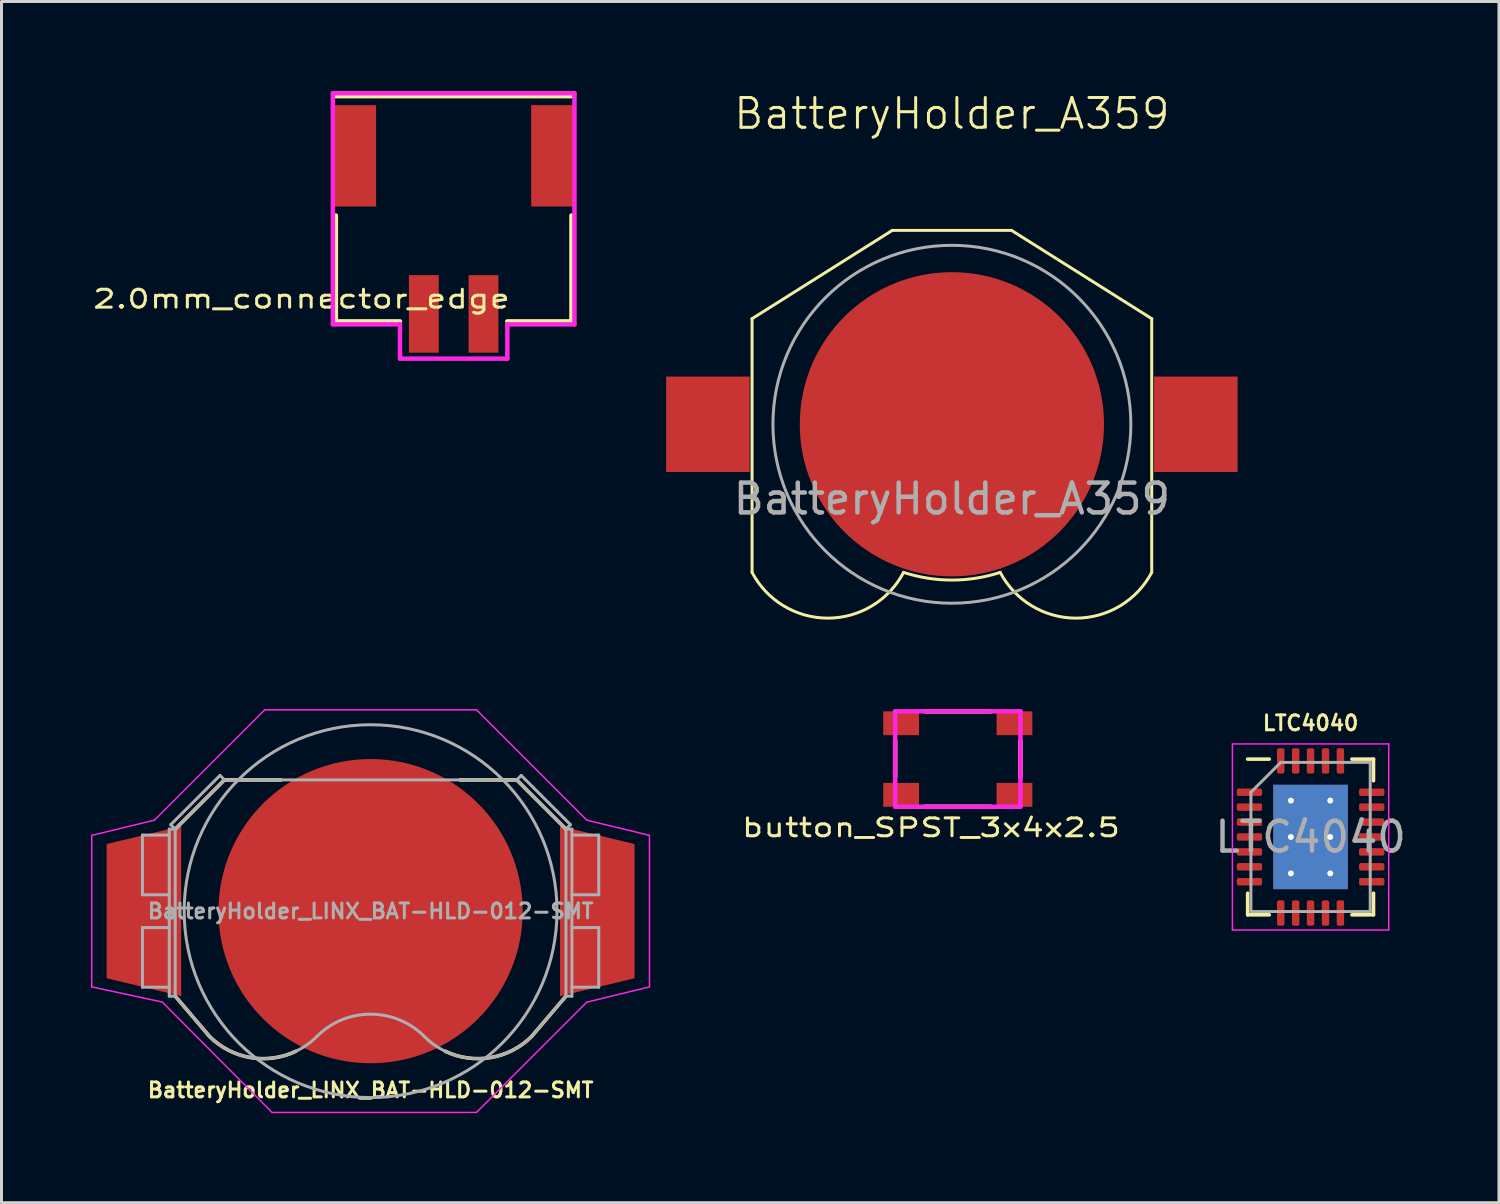
<source format=kicad_pcb>
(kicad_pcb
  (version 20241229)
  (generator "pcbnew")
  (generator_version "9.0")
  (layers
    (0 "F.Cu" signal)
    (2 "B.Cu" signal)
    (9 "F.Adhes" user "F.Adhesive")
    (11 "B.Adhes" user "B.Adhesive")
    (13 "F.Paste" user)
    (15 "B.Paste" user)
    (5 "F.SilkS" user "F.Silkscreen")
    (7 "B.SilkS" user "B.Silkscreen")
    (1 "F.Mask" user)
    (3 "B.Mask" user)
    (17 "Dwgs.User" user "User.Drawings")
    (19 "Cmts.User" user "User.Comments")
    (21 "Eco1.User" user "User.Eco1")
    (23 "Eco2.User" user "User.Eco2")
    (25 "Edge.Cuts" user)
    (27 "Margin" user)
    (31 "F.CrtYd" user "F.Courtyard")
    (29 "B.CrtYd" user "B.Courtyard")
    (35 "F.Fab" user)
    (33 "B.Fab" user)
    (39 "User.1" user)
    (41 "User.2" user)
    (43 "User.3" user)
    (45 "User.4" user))
  (footprint "BatteryHolder_A359"
    (layer "F.Cu")
    (at 28.865 11.175)
    (property "Reference" "BatteryHolder_A359" (at 0 -10.414 0) (unlocked yes) (layer "F.SilkS") (effects (font (size 1 1) (thickness 0.1))))
    (attr smd)
    (fp_line (start -6.7 -3.54) (end -6.7 4.966) (stroke (width 0.1) (type default)) (layer "F.SilkS"))
    (fp_line (start -2 -6.5) (end -6.7 -3.54) (stroke (width 0.1) (type default)) (layer "F.SilkS"))
    (fp_line (start -2 -6.5) (end 2 -6.5) (stroke (width 0.1) (type default)) (layer "F.SilkS"))
    (fp_line (start 2 -6.5) (end 6.7 -3.54) (stroke (width 0.1) (type default)) (layer "F.SilkS"))
    (fp_line (start 6.7 -3.54) (end 6.7 4.966) (stroke (width 0.1) (type default)) (layer "F.SilkS"))
    (fp_arc (start -1.620001 4.966151) (mid -4.160001 6.499888) (end -6.7 4.96615) (stroke (width 0.1) (type default)) (layer "F.SilkS"))
    (fp_arc (start 1.62 4.966151) (mid 0 5.223458) (end -1.62 4.966151) (stroke (width 0.1) (type default)) (layer "F.SilkS"))
    (fp_arc (start 6.7 4.96615) (mid 4.160001 6.499888) (end 1.620001 4.966151) (stroke (width 0.1) (type default)) (layer "F.SilkS"))
    (fp_circle (center 0 0) (end 6 0) (stroke (width 0.1) (type default)) (fill no) (layer "F.Fab"))
    (fp_text user "${REFERENCE}" (at 0 2.5 0) (unlocked yes) (layer "F.Fab") (effects (font (size 1 1) (thickness 0.15))))
    (pad "1" smd rect (at -8.18 0) (size 2.8 3.2) (layers "F.Cu" "F.Mask"))
    (pad "1" smd rect (at 8.18 0) (size 2.8 3.2) (layers "F.Cu" "F.Mask"))
    (pad "2" smd circle (at 0 0) (size 10.2 10.2) (layers "F.Cu" "F.Mask")))
  (footprint "BatteryHolder_LINX_BAT-HLD-012-SMT"
    (layer "F.Cu")
    (at 9.375 27.499)
    (property "Reference" "BatteryHolder_LINX_BAT-HLD-012-SMT" (at 0 6 0) (layer "F.SilkS") (effects (font (size 0.5 0.5) (thickness 0.1))))
    (attr smd)
    (fp_line (start -6.55 -2.75) (end -4.9 -4.4) (stroke (width 0.12) (type solid)) (layer "F.SilkS"))
    (fp_line (start -6.55 2.85) (end -5.4 4.2) (stroke (width 0.12) (type solid)) (layer "F.SilkS"))
    (fp_line (start -4.9 -4.4) (end -3 -4.4) (stroke (width 0.12) (type solid)) (layer "F.SilkS"))
    (fp_line (start 4.9 -4.4) (end 3 -4.4) (stroke (width 0.12) (type solid)) (layer "F.SilkS"))
    (fp_line (start 4.9 -4.4) (end 6.55 -2.75) (stroke (width 0.12) (type solid)) (layer "F.SilkS"))
    (fp_line (start 6.55 2.85) (end 5.4 4.2) (stroke (width 0.12) (type solid)) (layer "F.SilkS"))
    (fp_arc (start -2.504098 4.697607) (mid -4.031094 4.908816) (end -5.4 4.2) (stroke (width 0.12) (type solid)) (layer "F.SilkS"))
    (fp_arc (start 5.4 4.2) (mid 4.029781 4.909041) (end 2.501694 4.696459) (stroke (width 0.12) (type solid)) (layer "F.SilkS"))
    (fp_line (start -9.35 -2.54) (end -7.25 -3.05) (stroke (width 0.05) (type solid)) (layer "F.CrtYd"))
    (fp_line (start -9.35 2.54) (end -9.35 -2.54) (stroke (width 0.05) (type solid)) (layer "F.CrtYd"))
    (fp_line (start -9.35 2.54) (end -6.985 3.048) (stroke (width 0.05) (type solid)) (layer "F.CrtYd"))
    (fp_line (start -7.25 -3.05) (end -3.55 -6.75) (stroke (width 0.05) (type solid)) (layer "F.CrtYd"))
    (fp_line (start -3.55 -6.75) (end 3.55 -6.75) (stroke (width 0.05) (type solid)) (layer "F.CrtYd"))
    (fp_line (start -3.302 6.75) (end -6.985 3.048) (stroke (width 0.05) (type solid)) (layer "F.CrtYd"))
    (fp_line (start -3.302 6.75) (end 3.55 6.75) (stroke (width 0.05) (type solid)) (layer "F.CrtYd"))
    (fp_line (start 3.55 -6.75) (end 7.25 -3.05) (stroke (width 0.05) (type solid)) (layer "F.CrtYd"))
    (fp_line (start 3.55 6.75) (end 7.25 3.05) (stroke (width 0.05) (type solid)) (layer "F.CrtYd"))
    (fp_line (start 7.25 -3.05) (end 9.35 -2.54) (stroke (width 0.05) (type solid)) (layer "F.CrtYd"))
    (fp_line (start 9.35 -2.54) (end 9.35 2.54) (stroke (width 0.05) (type solid)) (layer "F.CrtYd"))
    (fp_line (start 9.35 2.54) (end 7.25 3.05) (stroke (width 0.05) (type solid)) (layer "F.CrtYd"))
    (fp_line (start -7.65 -2.55) (end -7.65 -0.55) (stroke (width 0.1) (type solid)) (layer "F.Fab"))
    (fp_line (start -7.65 -2.55) (end -6.75 -2.55) (stroke (width 0.1) (type solid)) (layer "F.Fab"))
    (fp_line (start -7.65 -0.55) (end -6.75 -0.55) (stroke (width 0.1) (type solid)) (layer "F.Fab"))
    (fp_line (start -7.65 0.55) (end -7.65 2.55) (stroke (width 0.1) (type solid)) (layer "F.Fab"))
    (fp_line (start -7.65 2.55) (end -6.75 2.55) (stroke (width 0.1) (type solid)) (layer "F.Fab"))
    (fp_line (start -6.75 -2.75) (end -6.55 -2.75) (stroke (width 0.1) (type solid)) (layer "F.Fab"))
    (fp_line (start -6.75 0.55) (end -7.65 0.55) (stroke (width 0.1) (type solid)) (layer "F.Fab"))
    (fp_line (start -6.75 2.85) (end -6.75 -2.75) (stroke (width 0.1) (type solid)) (layer "F.Fab"))
    (fp_line (start -6.75 2.85) (end -6.55 2.85) (stroke (width 0.1) (type solid)) (layer "F.Fab"))
    (fp_line (start -6.7 -2.9) (end -5.05 -4.55) (stroke (width 0.1) (type solid)) (layer "F.Fab"))
    (fp_line (start -6.55 -2.75) (end -6.7 -2.9) (stroke (width 0.1) (type solid)) (layer "F.Fab"))
    (fp_line (start -6.55 -2.75) (end -4.9 -4.4) (stroke (width 0.1) (type solid)) (layer "F.Fab"))
    (fp_line (start -6.55 2.85) (end -6.55 -2.75) (stroke (width 0.1) (type solid)) (layer "F.Fab"))
    (fp_line (start -6.55 2.85) (end -5.4 4.2) (stroke (width 0.1) (type solid)) (layer "F.Fab"))
    (fp_line (start -5.05 -4.55) (end -4.9 -4.4) (stroke (width 0.1) (type solid)) (layer "F.Fab"))
    (fp_line (start 4.9 -4.4) (end -4.9 -4.4) (stroke (width 0.1) (type solid)) (layer "F.Fab"))
    (fp_line (start 5.05 -4.55) (end 4.9 -4.4) (stroke (width 0.1) (type solid)) (layer "F.Fab"))
    (fp_line (start 6.55 -2.75) (end 4.9 -4.4) (stroke (width 0.1) (type solid)) (layer "F.Fab"))
    (fp_line (start 6.55 -2.75) (end 6.7 -2.9) (stroke (width 0.1) (type solid)) (layer "F.Fab"))
    (fp_line (start 6.55 -2.75) (end 6.75 -2.75) (stroke (width 0.1) (type solid)) (layer "F.Fab"))
    (fp_line (start 6.55 2.85) (end 5.4 4.2) (stroke (width 0.1) (type solid)) (layer "F.Fab"))
    (fp_line (start 6.55 2.85) (end 6.55 -2.75) (stroke (width 0.1) (type solid)) (layer "F.Fab"))
    (fp_line (start 6.7 -2.9) (end 5.05 -4.55) (stroke (width 0.1) (type solid)) (layer "F.Fab"))
    (fp_line (start 6.75 -0.55) (end 7.65 -0.55) (stroke (width 0.1) (type solid)) (layer "F.Fab"))
    (fp_line (start 6.75 2.55) (end 7.65 2.55) (stroke (width 0.1) (type solid)) (layer "F.Fab"))
    (fp_line (start 6.75 2.85) (end 6.55 2.85) (stroke (width 0.1) (type solid)) (layer "F.Fab"))
    (fp_line (start 6.75 2.85) (end 6.75 -2.75) (stroke (width 0.1) (type solid)) (layer "F.Fab"))
    (fp_line (start 7.65 -2.55) (end 6.75 -2.55) (stroke (width 0.1) (type solid)) (layer "F.Fab"))
    (fp_line (start 7.65 -0.55) (end 7.65 -2.55) (stroke (width 0.1) (type solid)) (layer "F.Fab"))
    (fp_line (start 7.65 0.55) (end 6.75 0.55) (stroke (width 0.1) (type solid)) (layer "F.Fab"))
    (fp_line (start 7.65 2.55) (end 7.65 0.55) (stroke (width 0.1) (type solid)) (layer "F.Fab"))
    (fp_arc (start -1.8 4.2) (mid -3.6 4.945584) (end -5.4 4.2) (stroke (width 0.1) (type solid)) (layer "F.Fab"))
    (fp_arc (start -1.8 4.2) (mid 0 3.454416) (end 1.8 4.2) (stroke (width 0.1) (type solid)) (layer "F.Fab"))
    (fp_arc (start 5.4 4.2) (mid 3.6 4.945584) (end 1.8 4.2) (stroke (width 0.1) (type solid)) (layer "F.Fab"))
    (fp_circle (center 0 0) (end -6.25 0) (stroke (width 0.1) (type solid)) (fill no) (layer "F.Fab"))
    (fp_text user "${REFERENCE}" (at 0 0 0) (layer "F.Fab") (effects (font (size 0.5 0.5) (thickness 0.1))))
    (pad "1" smd trapezoid (at -7.6 0) (size 2.5 5.1) (rect_delta -0.6 0) (layers "F.Cu" "F.Mask" "F.Paste"))
    (pad "1" smd trapezoid (at 7.6 0) (size 2.5 5.1) (rect_delta 0.6 0) (layers "F.Cu" "F.Mask" "F.Paste"))
    (pad "2" smd circle (at 0 0) (size 10.2 10.2) (layers "F.Cu" "F.Mask")))
  (footprint "button_SPST_3x4x2.5"
    (layer "F.Cu")
    (at 29.063 22.399)
    (property "Reference" "button_SPST_3x4x2.5" (at -0.9 2.3 180) (layer "F.SilkS") (effects (font (size 0.6 0.8) (thickness 0.1))))
    (attr through_hole)
    (fp_line (start -2.1 0.6) (end -2.1 -0.6) (stroke (width 0.15) (type solid)) (layer "F.SilkS"))
    (fp_line (start -1.1 -1.6) (end 1.1 -1.6) (stroke (width 0.15) (type solid)) (layer "F.SilkS"))
    (fp_line (start 1.1 1.6) (end -1.1 1.6) (stroke (width 0.15) (type solid)) (layer "F.SilkS"))
    (fp_line (start 2.1 -0.6) (end 2.1 0.6) (stroke (width 0.15) (type solid)) (layer "F.SilkS"))
    (fp_line (start -2.1 -1.6) (end 2.1 -1.6) (stroke (width 0.15) (type solid)) (layer "F.CrtYd"))
    (fp_line (start -2.1 1.6) (end -2.1 -1.6) (stroke (width 0.15) (type solid)) (layer "F.CrtYd"))
    (fp_line (start 2.1 -1.6) (end 2.1 1.6) (stroke (width 0.15) (type solid)) (layer "F.CrtYd"))
    (fp_line (start 2.1 1.6) (end -2.1 1.6) (stroke (width 0.15) (type solid)) (layer "F.CrtYd"))
    (pad "1" smd rect (at 1.9 -1.2) (size 1.2 0.8) (layers "F.Cu" "F.Mask" "F.Paste"))
    (pad "2" smd rect (at -1.9 -1.2) (size 1.2 0.8) (layers "F.Cu" "F.Mask" "F.Paste"))
    (pad "3" smd rect (at -1.9 1.2) (size 1.2 0.8) (layers "F.Cu" "F.Mask" "F.Paste"))
    (pad "4" smd rect (at 1.9 1.2) (size 1.2 0.8) (layers "F.Cu" "F.Mask" "F.Paste")))
  (footprint "LTC4040"
    (layer "F.Cu")
    (at 40.891 25.012)
    (property "Reference" "LTC4040" (at 0 -3.82 0) (layer "F.SilkS") (effects (font (size 0.5 0.5) (thickness 0.1))))
    (attr smd)
    (fp_line (start -2.11 2.61) (end -2.11 1.885) (stroke (width 0.12) (type solid)) (layer "F.SilkS"))
    (fp_line (start -1.385 -2.61) (end -2.11 -2.61) (stroke (width 0.12) (type solid)) (layer "F.SilkS"))
    (fp_line (start -1.385 2.61) (end -2.11 2.61) (stroke (width 0.12) (type solid)) (layer "F.SilkS"))
    (fp_line (start 1.385 -2.61) (end 2.11 -2.61) (stroke (width 0.12) (type solid)) (layer "F.SilkS"))
    (fp_line (start 1.385 2.61) (end 2.11 2.61) (stroke (width 0.12) (type solid)) (layer "F.SilkS"))
    (fp_line (start 2.11 -2.61) (end 2.11 -1.885) (stroke (width 0.12) (type solid)) (layer "F.SilkS"))
    (fp_line (start 2.11 2.61) (end 2.11 1.885) (stroke (width 0.12) (type solid)) (layer "F.SilkS"))
    (fp_line (start -2.62 -3.12) (end -2.62 3.12) (stroke (width 0.05) (type solid)) (layer "F.CrtYd"))
    (fp_line (start -2.62 3.12) (end 2.62 3.12) (stroke (width 0.05) (type solid)) (layer "F.CrtYd"))
    (fp_line (start 2.62 -3.12) (end -2.62 -3.12) (stroke (width 0.05) (type solid)) (layer "F.CrtYd"))
    (fp_line (start 2.62 3.12) (end 2.62 -3.12) (stroke (width 0.05) (type solid)) (layer "F.CrtYd"))
    (fp_line (start -2 -1.5) (end -1 -2.5) (stroke (width 0.1) (type solid)) (layer "F.Fab"))
    (fp_line (start -2 2.5) (end -2 -1.5) (stroke (width 0.1) (type solid)) (layer "F.Fab"))
    (fp_line (start -1 -2.5) (end 2 -2.5) (stroke (width 0.1) (type solid)) (layer "F.Fab"))
    (fp_line (start 2 -2.5) (end 2 2.5) (stroke (width 0.1) (type solid)) (layer "F.Fab"))
    (fp_line (start 2 2.5) (end -2 2.5) (stroke (width 0.1) (type solid)) (layer "F.Fab"))
    (fp_text user "${REFERENCE}" (at 0 0 0) (layer "F.Fab") (effects (font (size 1 1) (thickness 0.15))))
    (pad "" smd roundrect (at -0.66 -1.22) (size 1.1 1) (layers "F.Paste") (roundrect_rratio 0.238))
    (pad "" smd roundrect (at -0.66 0) (size 1.1 1) (layers "F.Paste") (roundrect_rratio 0.238))
    (pad "" smd roundrect (at -0.66 1.22) (size 1.1 1) (layers "F.Paste") (roundrect_rratio 0.238))
    (pad "" smd roundrect (at 0.66 -1.22) (size 1.1 1) (layers "F.Paste") (roundrect_rratio 0.238))
    (pad "" smd roundrect (at 0.66 0) (size 1.1 1) (layers "F.Paste") (roundrect_rratio 0.238))
    (pad "" smd roundrect (at 0.66 1.22) (size 1.1 1) (layers "F.Paste") (roundrect_rratio 0.238))
    (pad "1" smd roundrect (at -2.05 -1.5) (size 0.85 0.25) (layers "F.Cu" "F.Mask" "F.Paste") (roundrect_rratio 0.25))
    (pad "2" smd roundrect (at -2.05 -1) (size 0.85 0.25) (layers "F.Cu" "F.Mask" "F.Paste") (roundrect_rratio 0.25))
    (pad "3" smd roundrect (at -2.05 -0.5) (size 0.85 0.25) (layers "F.Cu" "F.Mask" "F.Paste") (roundrect_rratio 0.25))
    (pad "4" smd roundrect (at -2.05 0) (size 0.85 0.25) (layers "F.Cu" "F.Mask" "F.Paste") (roundrect_rratio 0.25))
    (pad "5" smd roundrect (at -2.05 0.5) (size 0.85 0.25) (layers "F.Cu" "F.Mask" "F.Paste") (roundrect_rratio 0.25))
    (pad "6" smd roundrect (at -2.05 1) (size 0.85 0.25) (layers "F.Cu" "F.Mask" "F.Paste") (roundrect_rratio 0.25))
    (pad "7" smd roundrect (at -2.05 1.5) (size 0.85 0.25) (layers "F.Cu" "F.Mask" "F.Paste") (roundrect_rratio 0.25))
    (pad "8" smd roundrect (at -1 2.55) (size 0.25 0.85) (layers "F.Cu" "F.Mask" "F.Paste") (roundrect_rratio 0.25))
    (pad "9" smd roundrect (at -0.5 2.55) (size 0.25 0.85) (layers "F.Cu" "F.Mask" "F.Paste") (roundrect_rratio 0.25))
    (pad "10" smd roundrect (at 0 2.55) (size 0.25 0.85) (layers "F.Cu" "F.Mask" "F.Paste") (roundrect_rratio 0.25))
    (pad "11" smd roundrect (at 0.5 2.55) (size 0.25 0.85) (layers "F.Cu" "F.Mask" "F.Paste") (roundrect_rratio 0.25))
    (pad "12" smd roundrect (at 1 2.55) (size 0.25 0.85) (layers "F.Cu" "F.Mask" "F.Paste") (roundrect_rratio 0.25))
    (pad "13" smd roundrect (at 2.05 1.5) (size 0.85 0.25) (layers "F.Cu" "F.Mask" "F.Paste") (roundrect_rratio 0.25))
    (pad "14" smd roundrect (at 2.05 1) (size 0.85 0.25) (layers "F.Cu" "F.Mask" "F.Paste") (roundrect_rratio 0.25))
    (pad "15" smd roundrect (at 2.05 0.5) (size 0.85 0.25) (layers "F.Cu" "F.Mask" "F.Paste") (roundrect_rratio 0.25))
    (pad "16" smd roundrect (at 2.05 0) (size 0.85 0.25) (layers "F.Cu" "F.Mask" "F.Paste") (roundrect_rratio 0.25))
    (pad "17" smd roundrect (at 2.05 -0.5) (size 0.85 0.25) (layers "F.Cu" "F.Mask" "F.Paste") (roundrect_rratio 0.25))
    (pad "18" smd roundrect (at 2.05 -1) (size 0.85 0.25) (layers "F.Cu" "F.Mask" "F.Paste") (roundrect_rratio 0.25))
    (pad "19" smd roundrect (at 2.05 -1.5) (size 0.85 0.25) (layers "F.Cu" "F.Mask" "F.Paste") (roundrect_rratio 0.25))
    (pad "20" smd roundrect (at 1 -2.55) (size 0.25 0.85) (layers "F.Cu" "F.Mask" "F.Paste") (roundrect_rratio 0.25))
    (pad "21" smd roundrect (at 0.5 -2.55) (size 0.25 0.85) (layers "F.Cu" "F.Mask" "F.Paste") (roundrect_rratio 0.25))
    (pad "22" smd roundrect (at 0 -2.55) (size 0.25 0.85) (layers "F.Cu" "F.Mask" "F.Paste") (roundrect_rratio 0.25))
    (pad "23" smd roundrect (at -0.5 -2.55) (size 0.25 0.85) (layers "F.Cu" "F.Mask" "F.Paste") (roundrect_rratio 0.25))
    (pad "24" smd roundrect (at -1 -2.55) (size 0.25 0.85) (layers "F.Cu" "F.Mask" "F.Paste") (roundrect_rratio 0.25))
    (pad "25" thru_hole circle (at -0.66 -1.22) (size 0.5 0.5) (drill 0.2) (layers "*.Cu"))
    (pad "25" thru_hole circle (at -0.66 0) (size 0.5 0.5) (drill 0.2) (layers "*.Cu"))
    (pad "25" thru_hole circle (at -0.66 1.22) (size 0.5 0.5) (drill 0.2) (layers "*.Cu"))
    (pad "25" smd rect (at 0 0) (size 2.5 3.5) (layers "F.Cu" "F.Mask"))
    (pad "25" smd rect (at 0 0) (size 2.5 3.5) (layers "B.Cu"))
    (pad "25" thru_hole circle (at 0.66 -1.22) (size 0.5 0.5) (drill 0.2) (layers "*.Cu"))
    (pad "25" thru_hole circle (at 0.66 0) (size 0.5 0.5) (drill 0.2) (layers "*.Cu"))
    (pad "25" thru_hole circle (at 0.66 1.22) (size 0.5 0.5) (drill 0.2) (layers "*.Cu")))
  (footprint "2.0mm_connector_edge"
    (layer "F.Cu")
    (at 12.16 6.175)
    (property "Reference" "2.0mm_connector_edge" (at -5.1 0.8 0) (layer "F.SilkS") (effects (font (size 0.6 0.8) (thickness 0.1))))
    (attr through_hole)
    (fp_line (start -3.95 -6) (end 3.95 -6) (stroke (width 0.15) (type solid)) (layer "F.SilkS"))
    (fp_line (start -3.95 1.55) (end -3.95 -2) (stroke (width 0.15) (type solid)) (layer "F.SilkS"))
    (fp_line (start -3.95 1.55) (end -1.8 1.55) (stroke (width 0.15) (type solid)) (layer "F.SilkS"))
    (fp_line (start 1.8 1.55) (end 3.95 1.55) (stroke (width 0.15) (type solid)) (layer "F.SilkS"))
    (fp_line (start 3.95 -2) (end 3.95 1.55) (stroke (width 0.15) (type solid)) (layer "F.SilkS"))
    (fp_line (start -4.05 -6.1) (end 4.05 -6.1) (stroke (width 0.15) (type solid)) (layer "F.CrtYd"))
    (fp_line (start -4.05 1.65) (end -4.05 -6.1) (stroke (width 0.15) (type solid)) (layer "F.CrtYd"))
    (fp_line (start -4.05 1.65) (end -1.8 1.65) (stroke (width 0.15) (type solid)) (layer "F.CrtYd"))
    (fp_line (start -1.8 1.65) (end -1.8 2.8) (stroke (width 0.15) (type solid)) (layer "F.CrtYd"))
    (fp_line (start -1.8 2.8) (end -1.8 2.8) (stroke (width 0.12) (type solid)) (layer "F.CrtYd"))
    (fp_line (start -1.8 2.8) (end 1.8 2.8) (stroke (width 0.15) (type solid)) (layer "F.CrtYd"))
    (fp_line (start 1.8 1.65) (end 4.05 1.65) (stroke (width 0.15) (type solid)) (layer "F.CrtYd"))
    (fp_line (start 1.8 2.8) (end 1.8 1.65) (stroke (width 0.15) (type solid)) (layer "F.CrtYd"))
    (fp_line (start 4.05 -6.1) (end 4.05 1.65) (stroke (width 0.15) (type solid)) (layer "F.CrtYd"))
    (pad "1" smd rect (at -1 1.3) (size 1 2.6) (layers "F.Cu" "F.Mask" "F.Paste"))
    (pad "2" smd rect (at 1 1.3) (size 1 2.6) (layers "F.Cu" "F.Mask" "F.Paste"))
    (pad "3" smd rect (at -3.35 -4) (size 1.5 3.4) (layers "F.Cu" "F.Mask" "F.Paste"))
    (pad "4" smd rect (at 3.35 -4) (size 1.5 3.4) (layers "F.Cu" "F.Mask" "F.Paste")))
  (gr_rect
    (start -3 -3)
    (end 47.207 37.274)
    (stroke (width 0.1) (type default))
    (fill no)
    (layer "Edge.Cuts")))
</source>
